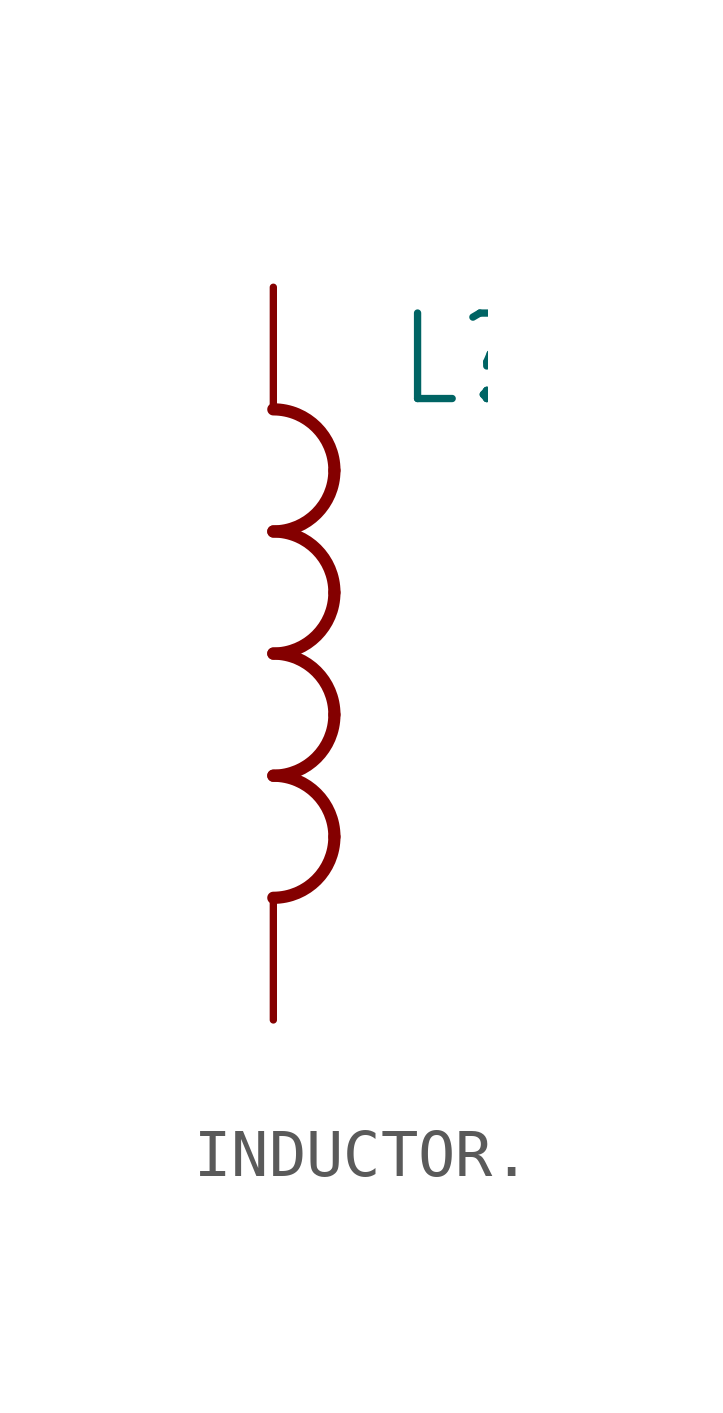
<source format=kicad_sym>
(kicad_symbol_lib
  (version 20220914)
  (generator kicad_symbol_editor)
  (symbol "INDUCTOR."
    (property "Reference" "L"
      (at 2.54 5.08 0)
      (effects (font (size 1.778 1.511)) (justify left bottom)))
    (property "Value" ""
      (at 2.54 -5.08 0)
      (effects (font (size 1.778 1.511)) (justify left bottom)))
    (property "ki_locked" ""
      (at 0 0 0)
      (effects (font (size 1.27 1.27))))
    (symbol "INDUCTOR._1_0"
      (arc (start 0 -5.08) (mid 0.898 -4.708) (end 1.27 -3.81) (stroke (width 0.254) (type solid)) (fill (type none)))
      (arc (start 0 -2.54) (mid 0.898 -2.168) (end 1.27 -1.27) (stroke (width 0.254) (type solid)) (fill (type none)))
      (arc (start 0 0) (mid 0.898 0.372) (end 1.27 1.27) (stroke (width 0.254) (type solid)) (fill (type none)))
      (arc (start 0 2.54) (mid 0.898 2.912) (end 1.27 3.81) (stroke (width 0.254) (type solid)) (fill (type none)))
      (arc (start 1.27 -3.81) (mid 0.898 -2.912) (end 0 -2.54) (stroke (width 0.254) (type solid)) (fill (type none)))
      (arc (start 1.27 -1.27) (mid 0.898 -0.372) (end 0 0) (stroke (width 0.254) (type solid)) (fill (type none)))
      (arc (start 1.27 1.27) (mid 0.898 2.168) (end 0 2.54) (stroke (width 0.254) (type solid)) (fill (type none)))
      (arc (start 1.27 3.81) (mid 0.898 4.708) (end 0 5.08) (stroke (width 0.254) (type solid)) (fill (type none)))
      (pin passive line (at 0 7.62 270) (length 2.54) (name "1" (effects (font (size 0 0)))) (number "P$1" (effects (font (size 0 0)))))
      (pin passive line (at 0 -7.62 90) (length 2.54) (name "2" (effects (font (size 0 0)))) (number "P$2" (effects (font (size 0 0))))))))
</source>
